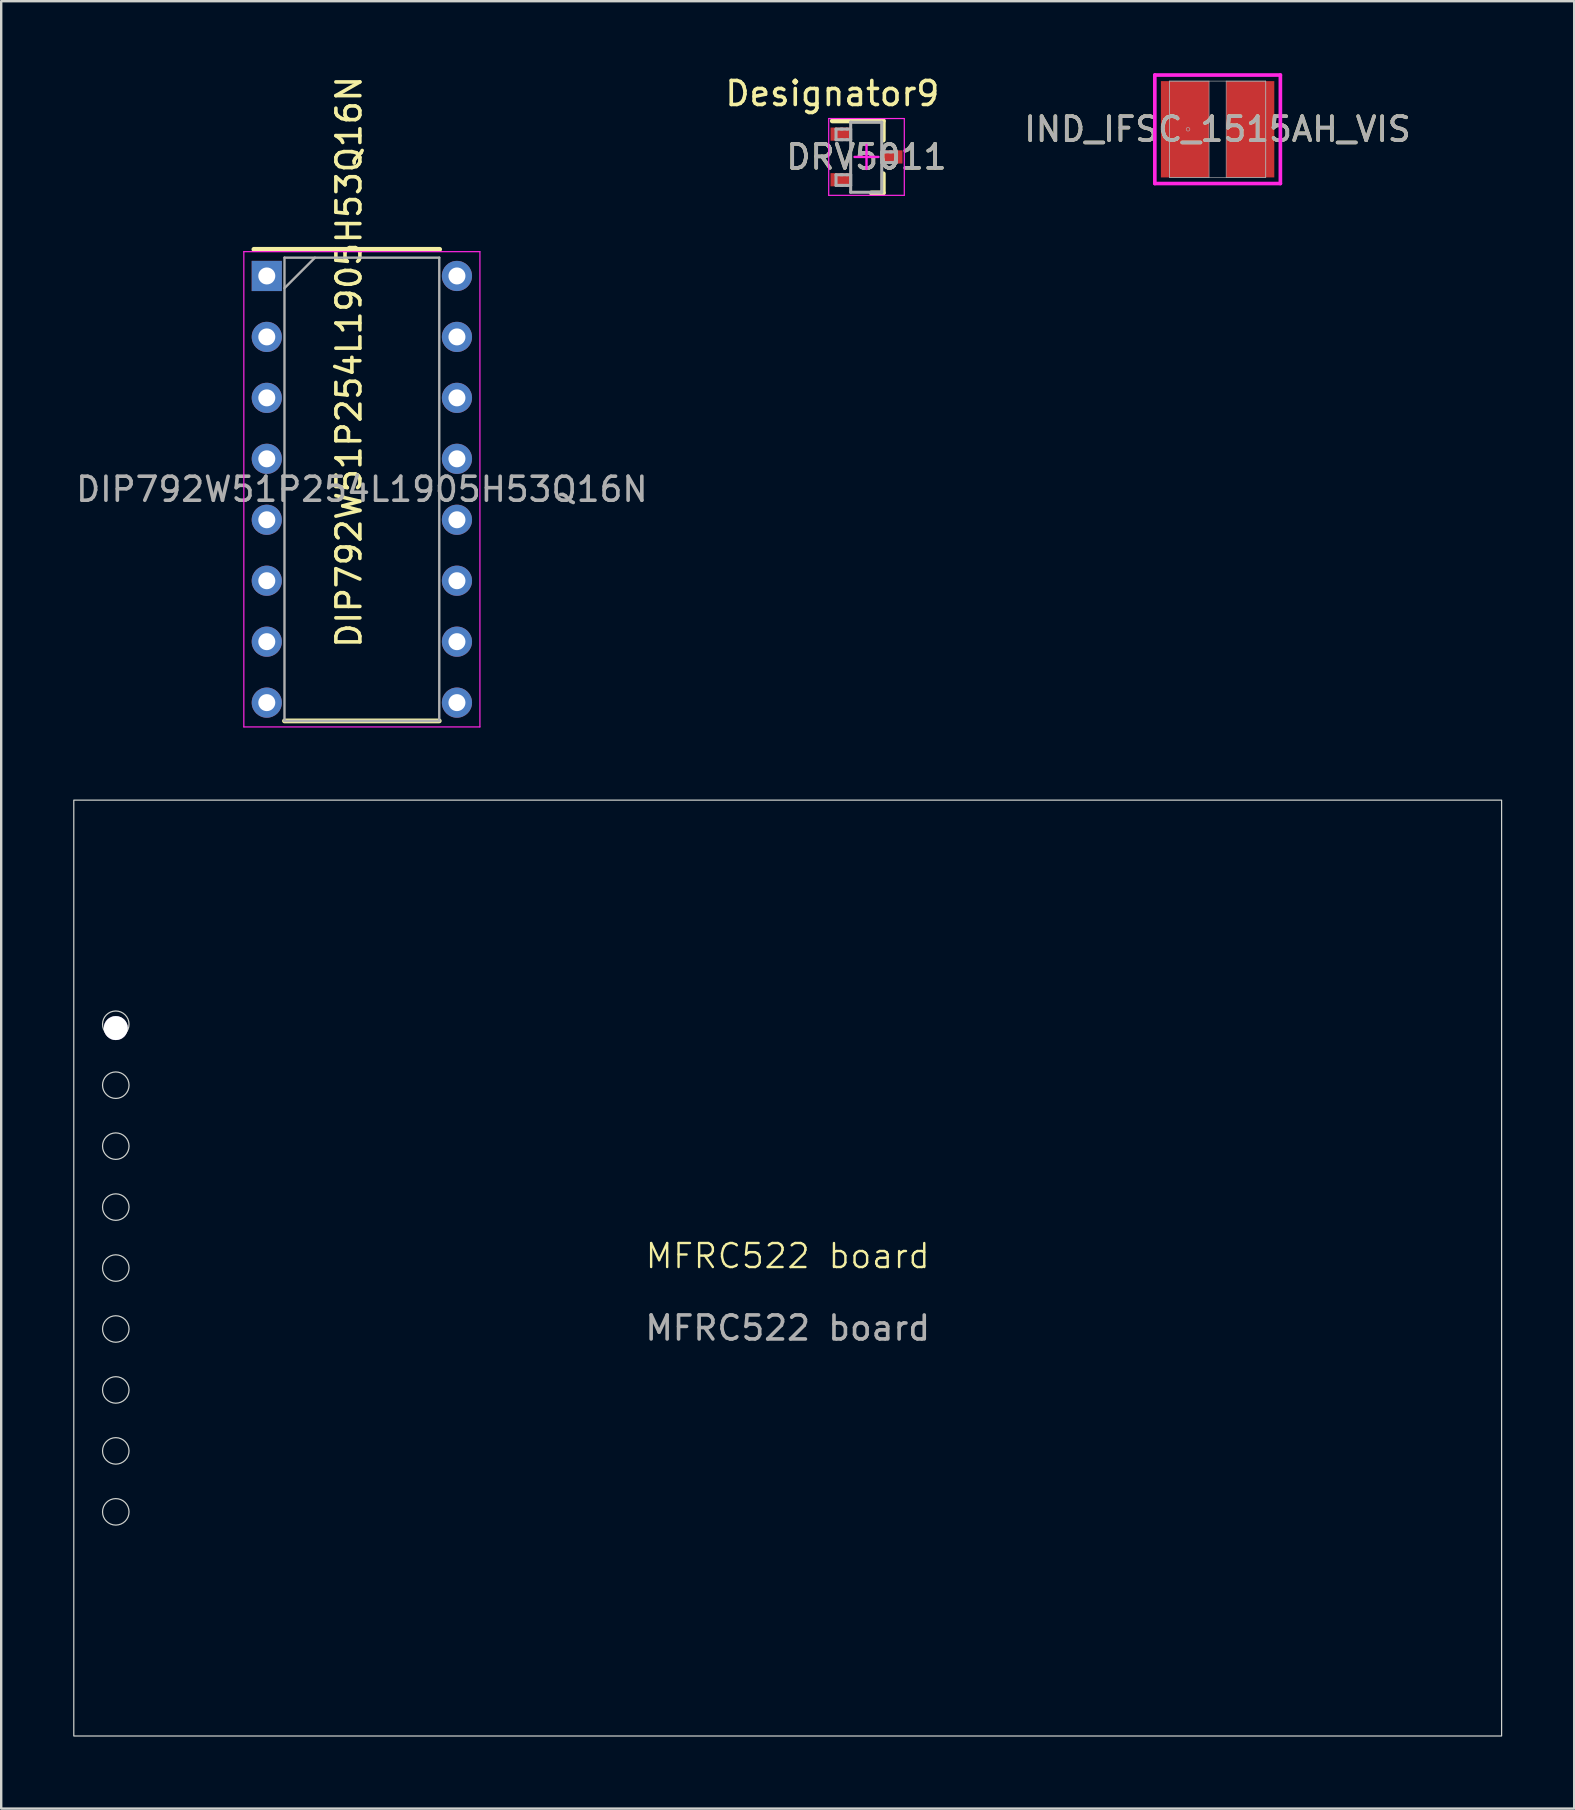
<source format=kicad_pcb>
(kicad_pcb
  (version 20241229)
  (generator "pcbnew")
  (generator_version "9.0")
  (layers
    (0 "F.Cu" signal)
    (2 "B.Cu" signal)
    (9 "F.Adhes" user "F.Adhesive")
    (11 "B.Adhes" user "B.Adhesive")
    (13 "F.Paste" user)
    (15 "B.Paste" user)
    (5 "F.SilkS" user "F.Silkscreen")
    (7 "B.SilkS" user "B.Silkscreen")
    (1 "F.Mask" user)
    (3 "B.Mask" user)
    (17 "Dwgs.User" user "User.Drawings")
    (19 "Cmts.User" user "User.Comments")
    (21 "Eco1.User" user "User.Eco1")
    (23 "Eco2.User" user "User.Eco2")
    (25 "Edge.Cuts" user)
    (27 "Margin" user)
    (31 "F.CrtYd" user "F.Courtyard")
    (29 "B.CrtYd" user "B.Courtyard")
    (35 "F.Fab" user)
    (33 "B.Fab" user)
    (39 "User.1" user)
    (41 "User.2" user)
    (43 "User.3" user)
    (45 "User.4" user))
  (footprint "IND_IFSC_1515AH_VIS"
    (layer "F.Cu")
    (at 47.69 2.337)
    (property "Reference" "IND_IFSC_1515AH_VIS" (at 0 0 0) (unlocked yes) (layer "F.SilkS") (effects (font (size 1 1) (thickness 0.15))))
    (attr smd)
    (fp_line (start -2.616 -2.261) (end 2.616 -2.261) (stroke (width 0.152) (type solid)) (layer "F.CrtYd"))
    (fp_line (start -2.616 2.261) (end -2.616 -2.261) (stroke (width 0.152) (type solid)) (layer "F.CrtYd"))
    (fp_line (start 2.616 -2.261) (end 2.616 2.261) (stroke (width 0.152) (type solid)) (layer "F.CrtYd"))
    (fp_line (start 2.616 2.261) (end -2.616 2.261) (stroke (width 0.152) (type solid)) (layer "F.CrtYd"))
    (fp_line (start -2.007 -2.007) (end -2.007 2.007) (stroke (width 0.025) (type solid)) (layer "F.Fab"))
    (fp_line (start -2.007 -2.007) (end -2.007 2.007) (stroke (width 0.025) (type solid)) (layer "F.Fab"))
    (fp_line (start -2.007 2.007) (end -0.356 2.007) (stroke (width 0.025) (type solid)) (layer "F.Fab"))
    (fp_line (start -2.007 2.007) (end 2.007 2.007) (stroke (width 0.025) (type solid)) (layer "F.Fab"))
    (fp_line (start -0.356 -2.007) (end -2.007 -2.007) (stroke (width 0.025) (type solid)) (layer "F.Fab"))
    (fp_line (start -0.356 2.007) (end -0.356 -2.007) (stroke (width 0.025) (type solid)) (layer "F.Fab"))
    (fp_line (start 0.356 -2.007) (end 0.356 2.007) (stroke (width 0.025) (type solid)) (layer "F.Fab"))
    (fp_line (start 0.356 2.007) (end 2.007 2.007) (stroke (width 0.025) (type solid)) (layer "F.Fab"))
    (fp_line (start 2.007 -2.007) (end -2.007 -2.007) (stroke (width 0.025) (type solid)) (layer "F.Fab"))
    (fp_line (start 2.007 -2.007) (end 0.356 -2.007) (stroke (width 0.025) (type solid)) (layer "F.Fab"))
    (fp_line (start 2.007 2.007) (end 2.007 -2.007) (stroke (width 0.025) (type solid)) (layer "F.Fab"))
    (fp_line (start 2.007 2.007) (end 2.007 -2.007) (stroke (width 0.025) (type solid)) (layer "F.Fab"))
    (fp_circle (center -1.232 0) (end -1.156 0) (stroke (width 0.025) (type solid)) (fill no) (layer "F.Fab"))
    (fp_text user "${REFERENCE}" (at 0 0 0) (unlocked yes) (layer "F.Fab") (effects (font (size 1 1) (thickness 0.15))))
    (pad "1" smd rect (at -1.359 0) (size 2.007 4.013) (layers "F.Cu" "F.Mask" "F.Paste"))
    (pad "2" smd rect (at 1.359 0) (size 2.007 4.013) (layers "F.Cu" "F.Mask" "F.Paste"))
    (zone (net_name "") (layer "F.Cu") (hatch full 0.508) (connect_pads) (min_thickness 0.254) (filled_areas_thickness no) (keepout (tracks not_allowed) (vias not_allowed) (pads allowed) (copperpour not_allowed) (footprints allowed)) (placement (enabled no)) (fill) (polygon (pts (xy 47.385 0.381) (xy 47.995 0.381) (xy 47.995 4.293) (xy 47.385 4.293)))))
  (footprint "DRV5011"
    (layer "F.Cu")
    (at 33.059 3.49)
    (property "Reference" "DRV5011" (at 0 0 0) (unlocked yes) (layer "F.SilkS") (effects (font (size 1 1) (thickness 0.15))))
    (attr smd)
    (fp_line (start -1.425 -1.5) (end 0.7 -1.5) (stroke (width 0.2) (type solid)) (layer "F.SilkS"))
    (fp_line (start 0.2 1.5) (end 0.7 1.5) (stroke (width 0.2) (type solid)) (layer "F.SilkS"))
    (fp_line (start 0.7 -0.7) (end 0.7 -1.5) (stroke (width 0.2) (type solid)) (layer "F.SilkS"))
    (fp_line (start 0.7 1.5) (end 0.7 0.7) (stroke (width 0.2) (type solid)) (layer "F.SilkS"))
    (fp_line (start -1.575 -1.6) (end 1.575 -1.6) (stroke (width 0.05) (type solid)) (layer "F.CrtYd"))
    (fp_line (start -1.575 1.6) (end -1.575 -1.6) (stroke (width 0.05) (type solid)) (layer "F.CrtYd"))
    (fp_line (start -1.575 1.6) (end 1.575 1.6) (stroke (width 0.05) (type solid)) (layer "F.CrtYd"))
    (fp_line (start -0.5 0) (end 0.5 0) (stroke (width 0.1) (type solid)) (layer "F.CrtYd"))
    (fp_line (start 0 0.5) (end 0 -0.5) (stroke (width 0.1) (type solid)) (layer "F.CrtYd"))
    (fp_line (start 1.575 1.6) (end 1.575 -1.6) (stroke (width 0.05) (type solid)) (layer "F.CrtYd"))
    (fp_line (start -1.27 -1.162) (end -1.063 -1.162) (stroke (width 0.127) (type solid)) (layer "F.Fab"))
    (fp_line (start -1.27 -0.718) (end -1.27 -1.162) (stroke (width 0.127) (type solid)) (layer "F.Fab"))
    (fp_line (start -1.27 -0.718) (end -1.063 -0.718) (stroke (width 0.127) (type solid)) (layer "F.Fab"))
    (fp_line (start -1.27 0.743) (end -1.063 0.743) (stroke (width 0.127) (type solid)) (layer "F.Fab"))
    (fp_line (start -1.27 1.187) (end -1.27 0.743) (stroke (width 0.127) (type solid)) (layer "F.Fab"))
    (fp_line (start -1.27 1.187) (end -1.063 1.187) (stroke (width 0.127) (type solid)) (layer "F.Fab"))
    (fp_line (start -1.063 -1.162) (end -1.005 -1.162) (stroke (width 0.127) (type solid)) (layer "F.Fab"))
    (fp_line (start -1.063 -0.718) (end -1.005 -0.718) (stroke (width 0.127) (type solid)) (layer "F.Fab"))
    (fp_line (start -1.063 0.743) (end -1.005 0.743) (stroke (width 0.127) (type solid)) (layer "F.Fab"))
    (fp_line (start -1.063 1.187) (end -1.005 1.187) (stroke (width 0.127) (type solid)) (layer "F.Fab"))
    (fp_line (start -1.005 -1.162) (end -0.814 -1.162) (stroke (width 0.127) (type solid)) (layer "F.Fab"))
    (fp_line (start -1.005 -0.718) (end -0.814 -0.718) (stroke (width 0.127) (type solid)) (layer "F.Fab"))
    (fp_line (start -1.005 0.743) (end -0.814 0.743) (stroke (width 0.127) (type solid)) (layer "F.Fab"))
    (fp_line (start -1.005 1.187) (end -0.814 1.187) (stroke (width 0.127) (type solid)) (layer "F.Fab"))
    (fp_line (start -0.814 -1.162) (end -0.66 -1.162) (stroke (width 0.127) (type solid)) (layer "F.Fab"))
    (fp_line (start -0.814 -0.718) (end -0.66 -0.718) (stroke (width 0.127) (type solid)) (layer "F.Fab"))
    (fp_line (start -0.814 0.743) (end -0.66 0.743) (stroke (width 0.127) (type solid)) (layer "F.Fab"))
    (fp_line (start -0.814 1.187) (end -0.66 1.187) (stroke (width 0.127) (type solid)) (layer "F.Fab"))
    (fp_line (start -0.66 -1.448) (end 0.635 -1.448) (stroke (width 0.127) (type solid)) (layer "F.Fab"))
    (fp_line (start -0.66 -0.718) (end -0.66 -1.162) (stroke (width 0.127) (type solid)) (layer "F.Fab"))
    (fp_line (start -0.66 1.187) (end -0.66 0.743) (stroke (width 0.127) (type solid)) (layer "F.Fab"))
    (fp_line (start -0.66 1.473) (end -0.66 -1.448) (stroke (width 0.127) (type solid)) (layer "F.Fab"))
    (fp_line (start -0.66 1.473) (end 0.635 1.473) (stroke (width 0.127) (type solid)) (layer "F.Fab"))
    (fp_line (start 0.635 -0.21) (end 0.789 -0.21) (stroke (width 0.127) (type solid)) (layer "F.Fab"))
    (fp_line (start 0.635 0.235) (end 0.635 -0.21) (stroke (width 0.127) (type solid)) (layer "F.Fab"))
    (fp_line (start 0.635 0.235) (end 0.789 0.235) (stroke (width 0.127) (type solid)) (layer "F.Fab"))
    (fp_line (start 0.635 1.473) (end 0.635 -1.448) (stroke (width 0.127) (type solid)) (layer "F.Fab"))
    (fp_line (start 0.789 -0.21) (end 0.98 -0.21) (stroke (width 0.127) (type solid)) (layer "F.Fab"))
    (fp_line (start 0.789 0.235) (end 0.98 0.235) (stroke (width 0.127) (type solid)) (layer "F.Fab"))
    (fp_line (start 0.98 -0.21) (end 1.037 -0.21) (stroke (width 0.127) (type solid)) (layer "F.Fab"))
    (fp_line (start 0.98 0.235) (end 1.037 0.235) (stroke (width 0.127) (type solid)) (layer "F.Fab"))
    (fp_line (start 1.037 -0.21) (end 1.245 -0.21) (stroke (width 0.127) (type solid)) (layer "F.Fab"))
    (fp_line (start 1.037 0.235) (end 1.245 0.235) (stroke (width 0.127) (type solid)) (layer "F.Fab"))
    (fp_line (start 1.245 0.235) (end 1.245 -0.21) (stroke (width 0.127) (type solid)) (layer "F.Fab"))
    (fp_text user "Designator9" (at -1.422 -2.642 0) (unlocked yes) (layer "F.SilkS") (effects (font (size 1 1) (thickness 0.15))))
    (fp_text user "${REFERENCE}" (at 0 0 0) (unlocked yes) (layer "F.Fab") (effects (font (size 1 1) (thickness 0.15))))
    (pad "1" smd rect (at -1.1 -0.95 90) (size 0.55 0.8) (layers "F.Cu" "F.Mask" "F.Paste"))
    (pad "2" smd rect (at -1.1 0.95 90) (size 0.55 0.8) (layers "F.Cu" "F.Mask" "F.Paste"))
    (pad "3" smd rect (at 1.1 0 90) (size 0.55 0.8) (layers "F.Cu" "F.Mask" "F.Paste")))
  (footprint "DIP792W51P254L1905H53Q16N"
    (layer "F.Cu")
    (at 12.03 17.34)
    (property "Reference" "DIP792W51P254L1905H53Q16N" (at -0.538 -5.31 270) (layer "F.SilkS") (effects (font (size 1 1) (thickness 0.15))))
    (attr through_hole)
    (fp_line (start -4.5 -10) (end 3.241 -10) (stroke (width 0.2) (type solid)) (layer "F.SilkS"))
    (fp_line (start -3.225 9.652) (end 3.225 9.652) (stroke (width 0.2) (type solid)) (layer "F.SilkS"))
    (fp_line (start -4.919 -9.902) (end 4.919 -9.902) (stroke (width 0.05) (type solid)) (layer "F.CrtYd"))
    (fp_line (start -4.919 9.902) (end -4.919 -9.902) (stroke (width 0.05) (type solid)) (layer "F.CrtYd"))
    (fp_line (start 4.919 -9.902) (end 4.919 9.902) (stroke (width 0.05) (type solid)) (layer "F.CrtYd"))
    (fp_line (start 4.919 9.902) (end -4.919 9.902) (stroke (width 0.05) (type solid)) (layer "F.CrtYd"))
    (fp_line (start -3.225 -9.652) (end 3.225 -9.652) (stroke (width 0.1) (type solid)) (layer "F.Fab"))
    (fp_line (start -3.225 -8.382) (end -1.955 -9.652) (stroke (width 0.1) (type solid)) (layer "F.Fab"))
    (fp_line (start -3.225 9.652) (end -3.225 -9.652) (stroke (width 0.1) (type solid)) (layer "F.Fab"))
    (fp_line (start 3.225 -9.652) (end 3.225 9.652) (stroke (width 0.1) (type solid)) (layer "F.Fab"))
    (fp_line (start 3.225 9.652) (end -3.225 9.652) (stroke (width 0.1) (type solid)) (layer "F.Fab"))
    (fp_text user "${REFERENCE}" (at 0 0 0) (layer "F.Fab") (effects (font (size 1 1) (thickness 0.15))))
    (pad "1" thru_hole rect (at -3.962 -8.89) (size 1.258 1.258) (drill 0.708) (layers "*.Cu" "*.Mask"))
    (pad "2" thru_hole circle (at -3.962 -6.35) (size 1.258 1.258) (drill 0.708) (layers "*.Cu" "*.Mask"))
    (pad "3" thru_hole circle (at -3.962 -3.81) (size 1.258 1.258) (drill 0.708) (layers "*.Cu" "*.Mask"))
    (pad "4" thru_hole circle (at -3.962 -1.27) (size 1.258 1.258) (drill 0.708) (layers "*.Cu" "*.Mask"))
    (pad "5" thru_hole circle (at -3.962 1.27) (size 1.258 1.258) (drill 0.708) (layers "*.Cu" "*.Mask"))
    (pad "6" thru_hole circle (at -3.962 3.81) (size 1.258 1.258) (drill 0.708) (layers "*.Cu" "*.Mask"))
    (pad "7" thru_hole circle (at -3.962 6.35) (size 1.258 1.258) (drill 0.708) (layers "*.Cu" "*.Mask"))
    (pad "8" thru_hole circle (at -3.962 8.89) (size 1.258 1.258) (drill 0.708) (layers "*.Cu" "*.Mask"))
    (pad "9" thru_hole circle (at 3.962 8.89) (size 1.258 1.258) (drill 0.708) (layers "*.Cu" "*.Mask"))
    (pad "10" thru_hole circle (at 3.962 6.35) (size 1.258 1.258) (drill 0.708) (layers "*.Cu" "*.Mask"))
    (pad "11" thru_hole circle (at 3.962 3.81) (size 1.258 1.258) (drill 0.708) (layers "*.Cu" "*.Mask"))
    (pad "12" thru_hole circle (at 3.962 1.27) (size 1.258 1.258) (drill 0.708) (layers "*.Cu" "*.Mask"))
    (pad "13" thru_hole circle (at 3.962 -1.27) (size 1.258 1.258) (drill 0.708) (layers "*.Cu" "*.Mask"))
    (pad "14" thru_hole circle (at 3.962 -3.81) (size 1.258 1.258) (drill 0.708) (layers "*.Cu" "*.Mask"))
    (pad "15" thru_hole circle (at 3.962 -6.35) (size 1.258 1.258) (drill 0.708) (layers "*.Cu" "*.Mask"))
    (pad "16" thru_hole circle (at 3.962 -8.89) (size 1.258 1.258) (drill 0.708) (layers "*.Cu" "*.Mask")))
  (footprint "MFRC522 board"
    (layer "F.Cu")
    (at 29.775 49.792)
    (property "Reference" "MFRC522 board" (at 0 -0.5 0) (unlocked yes) (layer "F.SilkS") (effects (font (size 1 1) (thickness 0.1))))
    (attr through_hole)
    (fp_rect (start -29.75 -19.5) (end 29.75 19.5) (stroke (width 0.05) (type default)) (fill no) (layer "Edge.Cuts"))
    (fp_circle (center -28 -10.16) (end -27.448 -10.16) (stroke (width 0.05) (type default)) (fill no) (layer "Edge.Cuts"))
    (fp_circle (center -28 -7.62) (end -27.448 -7.62) (stroke (width 0.05) (type default)) (fill no) (layer "Edge.Cuts"))
    (fp_circle (center -28 -5.08) (end -27.448 -5.08) (stroke (width 0.05) (type default)) (fill no) (layer "Edge.Cuts"))
    (fp_circle (center -28 -2.54) (end -27.448 -2.54) (stroke (width 0.05) (type default)) (fill no) (layer "Edge.Cuts"))
    (fp_circle (center -28 0) (end -27.448 0) (stroke (width 0.05) (type default)) (fill no) (layer "Edge.Cuts"))
    (fp_circle (center -28 2.54) (end -27.448 2.54) (stroke (width 0.05) (type default)) (fill no) (layer "Edge.Cuts"))
    (fp_circle (center -28 5.08) (end -27.448 5.08) (stroke (width 0.05) (type default)) (fill no) (layer "Edge.Cuts"))
    (fp_circle (center -28 7.62) (end -27.448 7.62) (stroke (width 0.05) (type default)) (fill no) (layer "Edge.Cuts"))
    (fp_circle (center -28 10.16) (end -27.448 10.16) (stroke (width 0.05) (type default)) (fill no) (layer "Edge.Cuts"))
    (fp_text user "${REFERENCE}" (at 0 2.5 0) (unlocked yes) (layer "F.Fab") (effects (font (size 1 1) (thickness 0.15))))
    (pad "1" thru_hole circle (at -28 -10) (size 1 1) (drill 1.52) (layers "*.Cu" "*.Mask")))
  (gr_rect
    (start -3 -3)
    (end 62.55 72.317)
    (stroke (width 0.1) (type default))
    (fill no)
    (layer "Edge.Cuts")))
</source>
